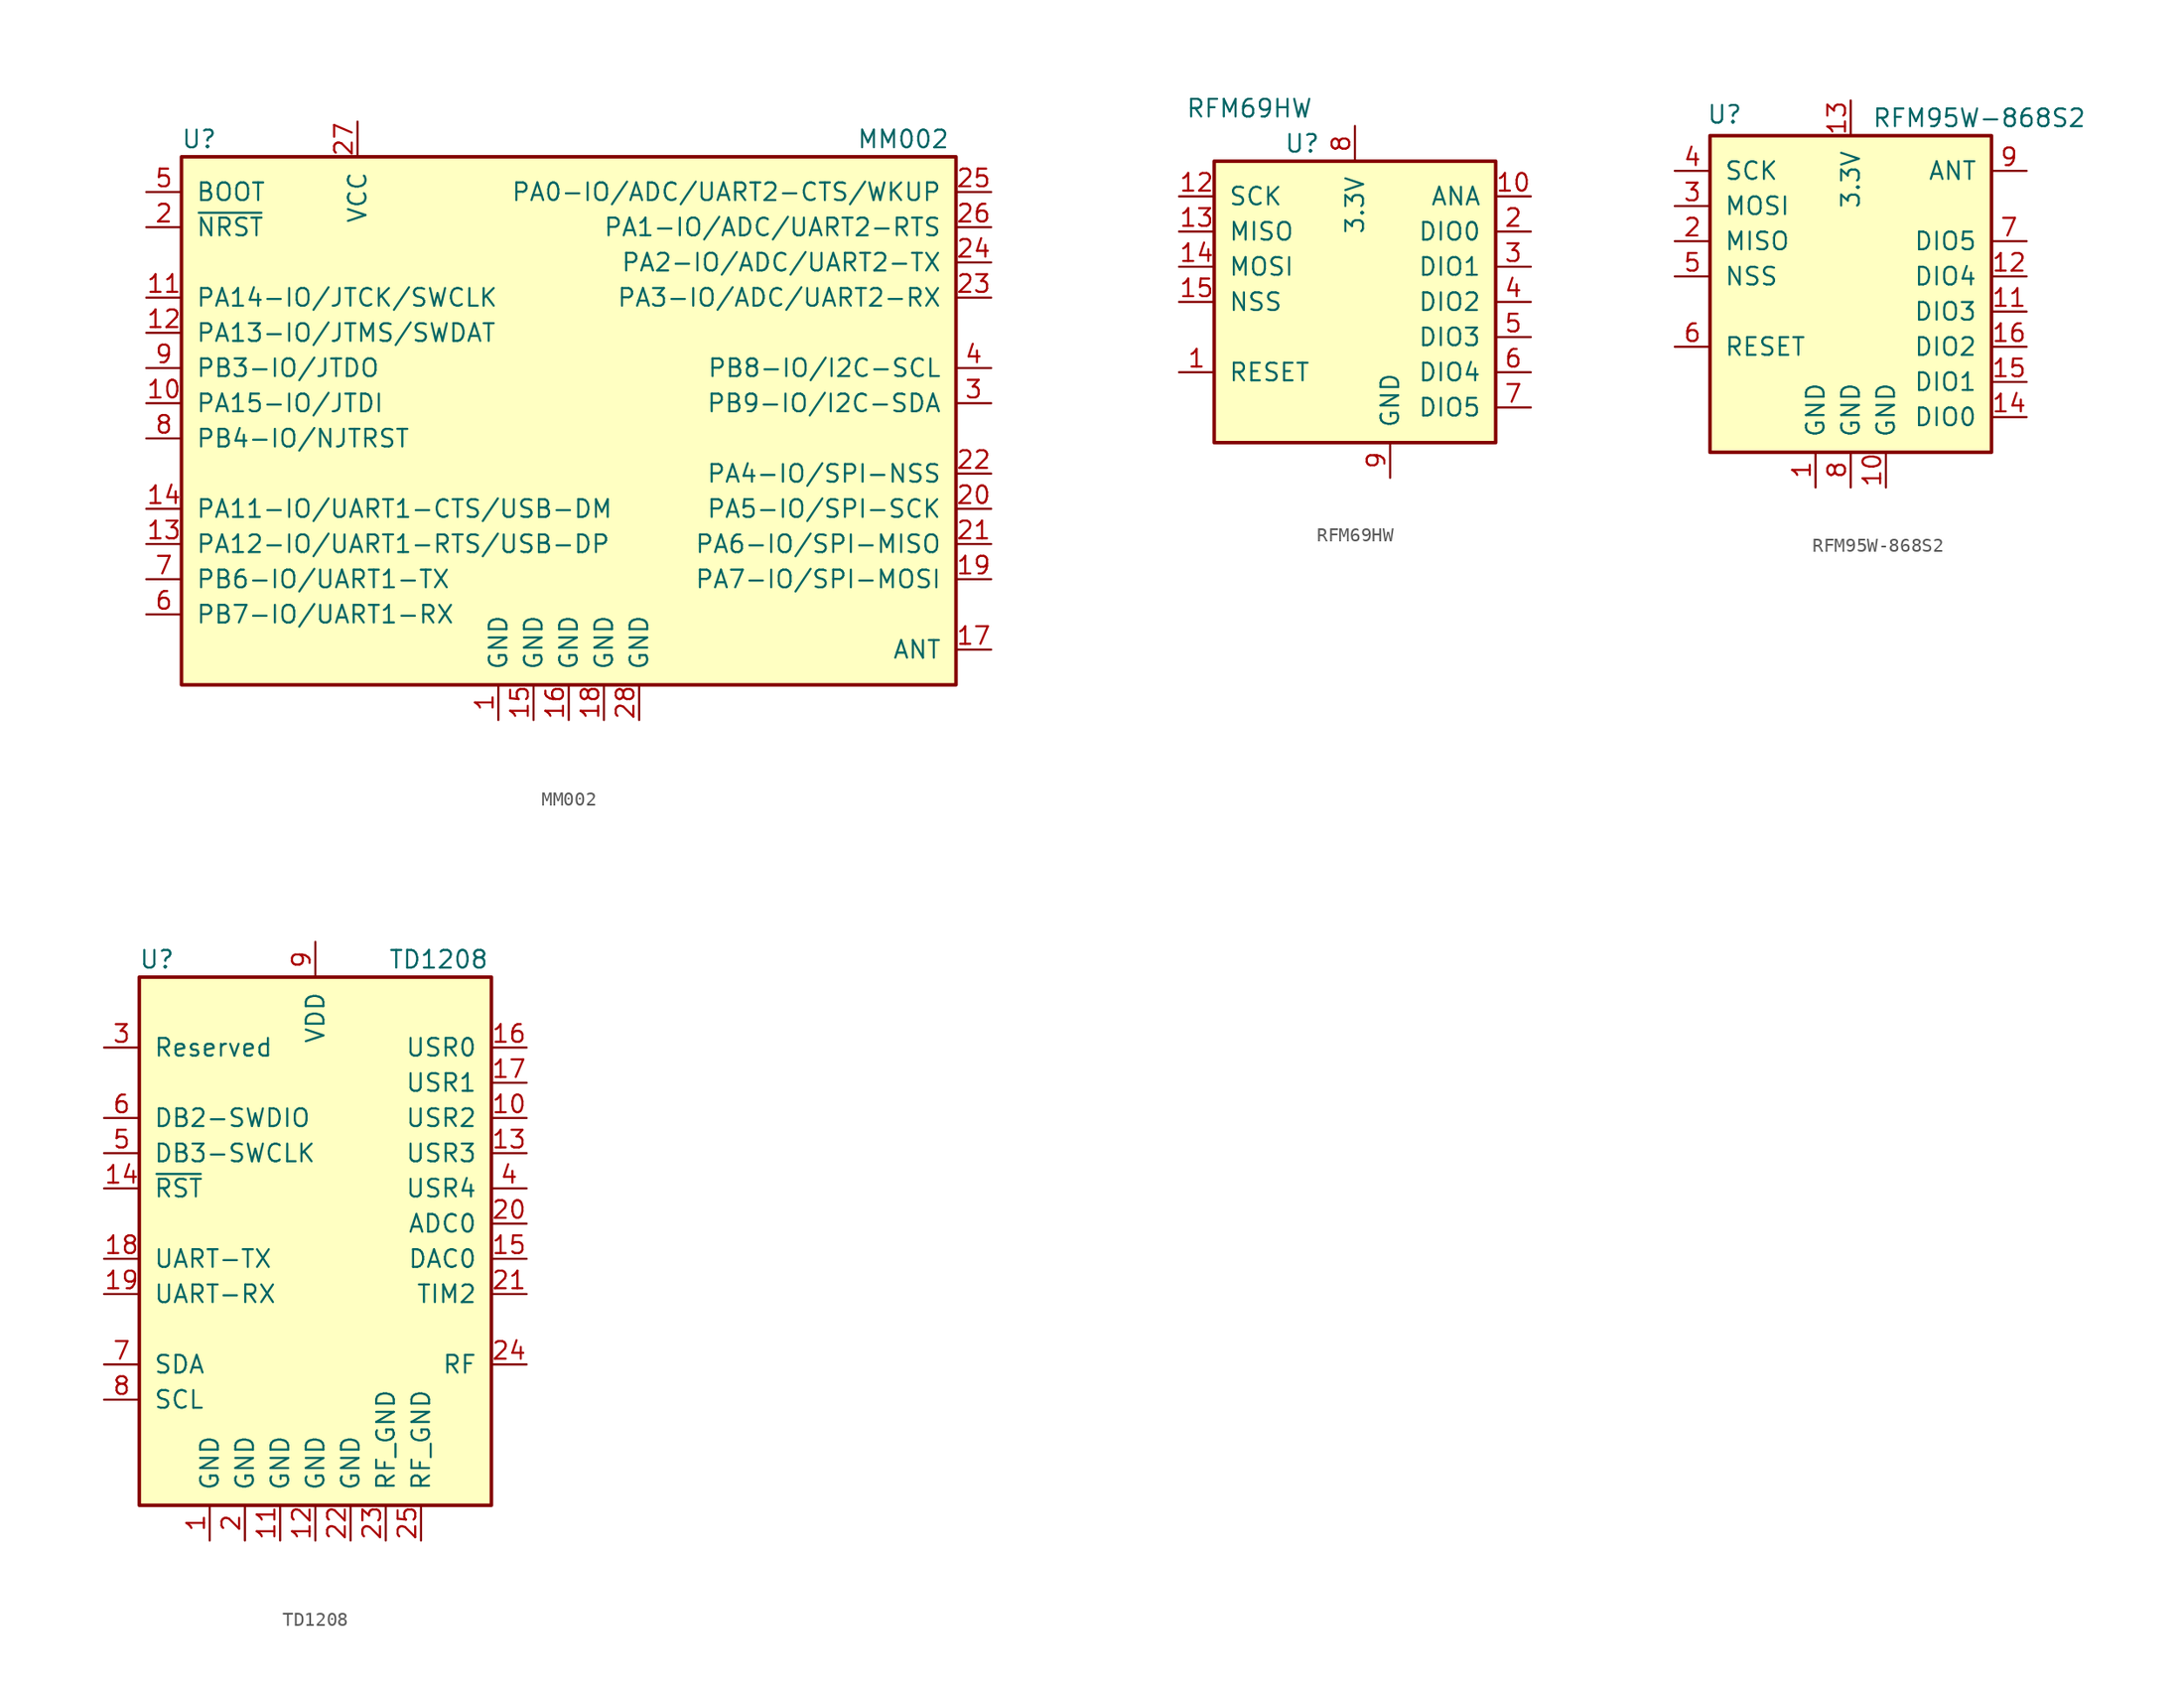
<source format=kicad_sym>
(kicad_symbol_lib
  (version 20201005)
  (generator kicad_symbol_editor)
  (symbol "MM002"
    (pin_names
      (offset 1.016))
    (property "Reference" "U"
      (at -26.67 21.59 0)
      (effects (font (size 1.27 1.27))))
    (property "Value" "MM002"
      (at 24.13 21.59 0)
      (effects (font (size 1.27 1.27))))
    (symbol "MM002_0_1"
      (rectangle (start -27.94 20.32) (end 27.94 -17.78) (stroke (width 0.254)) (fill (type background))))
    (symbol "MM002_1_1"
      (pin power_in line (at -5.08 -20.32 90) (length 2.54) (name "GND" (effects (font (size 1.27 1.27)))) (number "1" (effects (font (size 1.27 1.27)))))
      (pin bidirectional line (at -30.48 2.54 0) (length 2.54) (name "PA15-IO/JTDI" (effects (font (size 1.27 1.27)))) (number "10" (effects (font (size 1.27 1.27)))))
      (pin bidirectional line (at -30.48 10.16 0) (length 2.54) (name "PA14-IO/JTCK/SWCLK" (effects (font (size 1.27 1.27)))) (number "11" (effects (font (size 1.27 1.27)))))
      (pin bidirectional line (at -30.48 7.62 0) (length 2.54) (name "PA13-IO/JTMS/SWDAT" (effects (font (size 1.27 1.27)))) (number "12" (effects (font (size 1.27 1.27)))))
      (pin bidirectional line (at -30.48 -7.62 0) (length 2.54) (name "PA12-IO/UART1-RTS/USB-DP" (effects (font (size 1.27 1.27)))) (number "13" (effects (font (size 1.27 1.27)))))
      (pin bidirectional line (at -30.48 -5.08 0) (length 2.54) (name "PA11-IO/UART1-CTS/USB-DM" (effects (font (size 1.27 1.27)))) (number "14" (effects (font (size 1.27 1.27)))))
      (pin power_in line (at -2.54 -20.32 90) (length 2.54) (name "GND" (effects (font (size 1.27 1.27)))) (number "15" (effects (font (size 1.27 1.27)))))
      (pin power_in line (at 0 -20.32 90) (length 2.54) (name "GND" (effects (font (size 1.27 1.27)))) (number "16" (effects (font (size 1.27 1.27)))))
      (pin bidirectional line (at 30.48 -15.24 180) (length 2.54) (name "ANT" (effects (font (size 1.27 1.27)))) (number "17" (effects (font (size 1.27 1.27)))))
      (pin power_in line (at 2.54 -20.32 90) (length 2.54) (name "GND" (effects (font (size 1.27 1.27)))) (number "18" (effects (font (size 1.27 1.27)))))
      (pin bidirectional line (at 30.48 -10.16 180) (length 2.54) (name "PA7-IO/SPI-MOSI" (effects (font (size 1.27 1.27)))) (number "19" (effects (font (size 1.27 1.27)))))
      (pin input line (at -30.48 15.24 0) (length 2.54) (name "~NRST" (effects (font (size 1.27 1.27)))) (number "2" (effects (font (size 1.27 1.27)))))
      (pin bidirectional line (at 30.48 -5.08 180) (length 2.54) (name "PA5-IO/SPI-SCK" (effects (font (size 1.27 1.27)))) (number "20" (effects (font (size 1.27 1.27)))))
      (pin bidirectional line (at 30.48 -7.62 180) (length 2.54) (name "PA6-IO/SPI-MISO" (effects (font (size 1.27 1.27)))) (number "21" (effects (font (size 1.27 1.27)))))
      (pin bidirectional line (at 30.48 -2.54 180) (length 2.54) (name "PA4-IO/SPI-NSS" (effects (font (size 1.27 1.27)))) (number "22" (effects (font (size 1.27 1.27)))))
      (pin bidirectional line (at 30.48 10.16 180) (length 2.54) (name "PA3-IO/ADC/UART2-RX" (effects (font (size 1.27 1.27)))) (number "23" (effects (font (size 1.27 1.27)))))
      (pin bidirectional line (at 30.48 12.7 180) (length 2.54) (name "PA2-IO/ADC/UART2-TX" (effects (font (size 1.27 1.27)))) (number "24" (effects (font (size 1.27 1.27)))))
      (pin bidirectional line (at 30.48 17.78 180) (length 2.54) (name "PA0-IO/ADC/UART2-CTS/WKUP" (effects (font (size 1.27 1.27)))) (number "25" (effects (font (size 1.27 1.27)))))
      (pin bidirectional line (at 30.48 15.24 180) (length 2.54) (name "PA1-IO/ADC/UART2-RTS" (effects (font (size 1.27 1.27)))) (number "26" (effects (font (size 1.27 1.27)))))
      (pin power_in line (at -15.24 22.86 270) (length 2.54) (name "VCC" (effects (font (size 1.27 1.27)))) (number "27" (effects (font (size 1.27 1.27)))))
      (pin power_in line (at 5.08 -20.32 90) (length 2.54) (name "GND" (effects (font (size 1.27 1.27)))) (number "28" (effects (font (size 1.27 1.27)))))
      (pin bidirectional line (at 30.48 2.54 180) (length 2.54) (name "PB9-IO/I2C-SDA" (effects (font (size 1.27 1.27)))) (number "3" (effects (font (size 1.27 1.27)))))
      (pin bidirectional line (at 30.48 5.08 180) (length 2.54) (name "PB8-IO/I2C-SCL" (effects (font (size 1.27 1.27)))) (number "4" (effects (font (size 1.27 1.27)))))
      (pin input line (at -30.48 17.78 0) (length 2.54) (name "BOOT" (effects (font (size 1.27 1.27)))) (number "5" (effects (font (size 1.27 1.27)))))
      (pin bidirectional line (at -30.48 -12.7 0) (length 2.54) (name "PB7-IO/UART1-RX" (effects (font (size 1.27 1.27)))) (number "6" (effects (font (size 1.27 1.27)))))
      (pin bidirectional line (at -30.48 -10.16 0) (length 2.54) (name "PB6-IO/UART1-TX" (effects (font (size 1.27 1.27)))) (number "7" (effects (font (size 1.27 1.27)))))
      (pin input line (at -30.48 0 0) (length 2.54) (name "PB4-IO/NJTRST" (effects (font (size 1.27 1.27)))) (number "8" (effects (font (size 1.27 1.27)))))
      (pin bidirectional line (at -30.48 5.08 0) (length 2.54) (name "PB3-IO/JTDO" (effects (font (size 1.27 1.27)))) (number "9" (effects (font (size 1.27 1.27)))))))
  (symbol "RFM69HW"
    (pin_names
      (offset 1.016))
    (property "Reference" "U"
      (at -3.81 11.43 0)
      (effects (font (size 1.27 1.27))))
    (property "Value" "RFM69HW"
      (at -7.62 13.97 0)
      (effects (font (size 1.27 1.27))))
    (symbol "RFM69HW_0_1"
      (rectangle (start -10.16 10.16) (end 10.16 -10.16) (stroke (width 0.254)) (fill (type background))))
    (symbol "RFM69HW_1_1"
      (pin input line (at -12.7 -5.08 0) (length 2.54) (name "RESET" (effects (font (size 1.27 1.27)))) (number "1" (effects (font (size 1.27 1.27)))))
      (pin output line (at 12.7 7.62 180) (length 2.54) (name "ANA" (effects (font (size 1.27 1.27)))) (number "10" (effects (font (size 1.27 1.27)))))
      (pin passive line (at 2.54 -12.7 90) (length 2.54) hide (name "GND" (effects (font (size 1.27 1.27)))) (number "11" (effects (font (size 1.27 1.27)))))
      (pin input line (at -12.7 7.62 0) (length 2.54) (name "SCK" (effects (font (size 1.27 1.27)))) (number "12" (effects (font (size 1.27 1.27)))))
      (pin output line (at -12.7 5.08 0) (length 2.54) (name "MISO" (effects (font (size 1.27 1.27)))) (number "13" (effects (font (size 1.27 1.27)))))
      (pin input line (at -12.7 2.54 0) (length 2.54) (name "MOSI" (effects (font (size 1.27 1.27)))) (number "14" (effects (font (size 1.27 1.27)))))
      (pin input line (at -12.7 0 0) (length 2.54) (name "NSS" (effects (font (size 1.27 1.27)))) (number "15" (effects (font (size 1.27 1.27)))))
      (pin no_connect line (at -2.54 -12.7 90) (length 2.54) hide (name "NC" (effects (font (size 1.27 1.27)))) (number "16" (effects (font (size 1.27 1.27)))))
      (pin bidirectional line (at 12.7 5.08 180) (length 2.54) (name "DIO0" (effects (font (size 1.27 1.27)))) (number "2" (effects (font (size 1.27 1.27)))))
      (pin bidirectional line (at 12.7 2.54 180) (length 2.54) (name "DIO1" (effects (font (size 1.27 1.27)))) (number "3" (effects (font (size 1.27 1.27)))))
      (pin bidirectional line (at 12.7 0 180) (length 2.54) (name "DIO2" (effects (font (size 1.27 1.27)))) (number "4" (effects (font (size 1.27 1.27)))))
      (pin bidirectional line (at 12.7 -2.54 180) (length 2.54) (name "DIO3" (effects (font (size 1.27 1.27)))) (number "5" (effects (font (size 1.27 1.27)))))
      (pin bidirectional line (at 12.7 -5.08 180) (length 2.54) (name "DIO4" (effects (font (size 1.27 1.27)))) (number "6" (effects (font (size 1.27 1.27)))))
      (pin bidirectional line (at 12.7 -7.62 180) (length 2.54) (name "DIO5" (effects (font (size 1.27 1.27)))) (number "7" (effects (font (size 1.27 1.27)))))
      (pin power_in line (at 0 12.7 270) (length 2.54) (name "3.3V" (effects (font (size 1.27 1.27)))) (number "8" (effects (font (size 1.27 1.27)))))
      (pin power_in line (at 2.54 -12.7 90) (length 2.54) (name "GND" (effects (font (size 1.27 1.27)))) (number "9" (effects (font (size 1.27 1.27)))))))
  (symbol "RFM95W-868S2"
    (pin_names
      (offset 1.016))
    (property "Reference" "U"
      (at -10.414 11.684 0)
      (effects (font (size 1.27 1.27)) (justify left)))
    (property "Value" "RFM95W-868S2"
      (at 1.524 11.43 0)
      (effects (font (size 1.27 1.27)) (justify left)))
    (symbol "RFM95W-868S2_0_1"
      (rectangle (start -10.16 10.16) (end 10.16 -12.7) (stroke (width 0.254)) (fill (type background))))
    (symbol "RFM95W-868S2_1_1"
      (pin power_in line (at -2.54 -15.24 90) (length 2.54) (name "GND" (effects (font (size 1.27 1.27)))) (number "1" (effects (font (size 1.27 1.27)))))
      (pin power_in line (at 2.54 -15.24 90) (length 2.54) (name "GND" (effects (font (size 1.27 1.27)))) (number "10" (effects (font (size 1.27 1.27)))))
      (pin bidirectional line (at 12.7 -2.54 180) (length 2.54) (name "DIO3" (effects (font (size 1.27 1.27)))) (number "11" (effects (font (size 1.27 1.27)))))
      (pin bidirectional line (at 12.7 0 180) (length 2.54) (name "DIO4" (effects (font (size 1.27 1.27)))) (number "12" (effects (font (size 1.27 1.27)))))
      (pin power_in line (at 0 12.7 270) (length 2.54) (name "3.3V" (effects (font (size 1.27 1.27)))) (number "13" (effects (font (size 1.27 1.27)))))
      (pin bidirectional line (at 12.7 -10.16 180) (length 2.54) (name "DIO0" (effects (font (size 1.27 1.27)))) (number "14" (effects (font (size 1.27 1.27)))))
      (pin bidirectional line (at 12.7 -7.62 180) (length 2.54) (name "DIO1" (effects (font (size 1.27 1.27)))) (number "15" (effects (font (size 1.27 1.27)))))
      (pin bidirectional line (at 12.7 -5.08 180) (length 2.54) (name "DIO2" (effects (font (size 1.27 1.27)))) (number "16" (effects (font (size 1.27 1.27)))))
      (pin output line (at -12.7 2.54 0) (length 2.54) (name "MISO" (effects (font (size 1.27 1.27)))) (number "2" (effects (font (size 1.27 1.27)))))
      (pin input line (at -12.7 5.08 0) (length 2.54) (name "MOSI" (effects (font (size 1.27 1.27)))) (number "3" (effects (font (size 1.27 1.27)))))
      (pin input line (at -12.7 7.62 0) (length 2.54) (name "SCK" (effects (font (size 1.27 1.27)))) (number "4" (effects (font (size 1.27 1.27)))))
      (pin input line (at -12.7 0 0) (length 2.54) (name "NSS" (effects (font (size 1.27 1.27)))) (number "5" (effects (font (size 1.27 1.27)))))
      (pin bidirectional line (at -12.7 -5.08 0) (length 2.54) (name "RESET" (effects (font (size 1.27 1.27)))) (number "6" (effects (font (size 1.27 1.27)))))
      (pin bidirectional line (at 12.7 2.54 180) (length 2.54) (name "DIO5" (effects (font (size 1.27 1.27)))) (number "7" (effects (font (size 1.27 1.27)))))
      (pin power_in line (at 0 -15.24 90) (length 2.54) (name "GND" (effects (font (size 1.27 1.27)))) (number "8" (effects (font (size 1.27 1.27)))))
      (pin bidirectional line (at 12.7 7.62 180) (length 2.54) (name "ANT" (effects (font (size 1.27 1.27)))) (number "9" (effects (font (size 1.27 1.27)))))))
  (symbol "TD1208"
    (pin_names
      (offset 1.016))
    (property "Reference" "U"
      (at -11.43 19.05 0)
      (effects (font (size 1.27 1.27))))
    (property "Value" "TD1208"
      (at 8.89 19.05 0)
      (effects (font (size 1.27 1.27))))
    (symbol "TD1208_0_1"
      (rectangle (start -12.7 17.78) (end 12.7 -20.32) (stroke (width 0.254)) (fill (type background))))
    (symbol "TD1208_1_1"
      (pin power_in line (at -7.62 -22.86 90) (length 2.54) (name "GND" (effects (font (size 1.27 1.27)))) (number "1" (effects (font (size 1.27 1.27)))))
      (pin bidirectional line (at 15.24 7.62 180) (length 2.54) (name "USR2" (effects (font (size 1.27 1.27)))) (number "10" (effects (font (size 1.27 1.27)))))
      (pin power_in line (at -2.54 -22.86 90) (length 2.54) (name "GND" (effects (font (size 1.27 1.27)))) (number "11" (effects (font (size 1.27 1.27)))))
      (pin power_in line (at 0 -22.86 90) (length 2.54) (name "GND" (effects (font (size 1.27 1.27)))) (number "12" (effects (font (size 1.27 1.27)))))
      (pin bidirectional line (at 15.24 5.08 180) (length 2.54) (name "USR3" (effects (font (size 1.27 1.27)))) (number "13" (effects (font (size 1.27 1.27)))))
      (pin input line (at -15.24 2.54 0) (length 2.54) (name "~RST" (effects (font (size 1.27 1.27)))) (number "14" (effects (font (size 1.27 1.27)))))
      (pin bidirectional line (at 15.24 -2.54 180) (length 2.54) (name "DAC0" (effects (font (size 1.27 1.27)))) (number "15" (effects (font (size 1.27 1.27)))))
      (pin bidirectional line (at 15.24 12.7 180) (length 2.54) (name "USR0" (effects (font (size 1.27 1.27)))) (number "16" (effects (font (size 1.27 1.27)))))
      (pin bidirectional line (at 15.24 10.16 180) (length 2.54) (name "USR1" (effects (font (size 1.27 1.27)))) (number "17" (effects (font (size 1.27 1.27)))))
      (pin bidirectional line (at -15.24 -2.54 0) (length 2.54) (name "UART-TX" (effects (font (size 1.27 1.27)))) (number "18" (effects (font (size 1.27 1.27)))))
      (pin bidirectional line (at -15.24 -5.08 0) (length 2.54) (name "UART-RX" (effects (font (size 1.27 1.27)))) (number "19" (effects (font (size 1.27 1.27)))))
      (pin power_in line (at -5.08 -22.86 90) (length 2.54) (name "GND" (effects (font (size 1.27 1.27)))) (number "2" (effects (font (size 1.27 1.27)))))
      (pin bidirectional line (at 15.24 0 180) (length 2.54) (name "ADC0" (effects (font (size 1.27 1.27)))) (number "20" (effects (font (size 1.27 1.27)))))
      (pin bidirectional line (at 15.24 -5.08 180) (length 2.54) (name "TIM2" (effects (font (size 1.27 1.27)))) (number "21" (effects (font (size 1.27 1.27)))))
      (pin power_in line (at 2.54 -22.86 90) (length 2.54) (name "GND" (effects (font (size 1.27 1.27)))) (number "22" (effects (font (size 1.27 1.27)))))
      (pin power_in line (at 5.08 -22.86 90) (length 2.54) (name "RF_GND" (effects (font (size 1.27 1.27)))) (number "23" (effects (font (size 1.27 1.27)))))
      (pin bidirectional line (at 15.24 -10.16 180) (length 2.54) (name "RF" (effects (font (size 1.27 1.27)))) (number "24" (effects (font (size 1.27 1.27)))))
      (pin power_in line (at 7.62 -22.86 90) (length 2.54) (name "RF_GND" (effects (font (size 1.27 1.27)))) (number "25" (effects (font (size 1.27 1.27)))))
      (pin unspecified line (at -15.24 12.7 0) (length 2.54) (name "Reserved" (effects (font (size 1.27 1.27)))) (number "3" (effects (font (size 1.27 1.27)))))
      (pin bidirectional line (at 15.24 2.54 180) (length 2.54) (name "USR4" (effects (font (size 1.27 1.27)))) (number "4" (effects (font (size 1.27 1.27)))))
      (pin bidirectional line (at -15.24 5.08 0) (length 2.54) (name "DB3-SWCLK" (effects (font (size 1.27 1.27)))) (number "5" (effects (font (size 1.27 1.27)))))
      (pin bidirectional line (at -15.24 7.62 0) (length 2.54) (name "DB2-SWDIO" (effects (font (size 1.27 1.27)))) (number "6" (effects (font (size 1.27 1.27)))))
      (pin bidirectional line (at -15.24 -10.16 0) (length 2.54) (name "SDA" (effects (font (size 1.27 1.27)))) (number "7" (effects (font (size 1.27 1.27)))))
      (pin bidirectional line (at -15.24 -12.7 0) (length 2.54) (name "SCL" (effects (font (size 1.27 1.27)))) (number "8" (effects (font (size 1.27 1.27)))))
      (pin power_in line (at 0 20.32 270) (length 2.54) (name "VDD" (effects (font (size 1.27 1.27)))) (number "9" (effects (font (size 1.27 1.27))))))))
</source>
